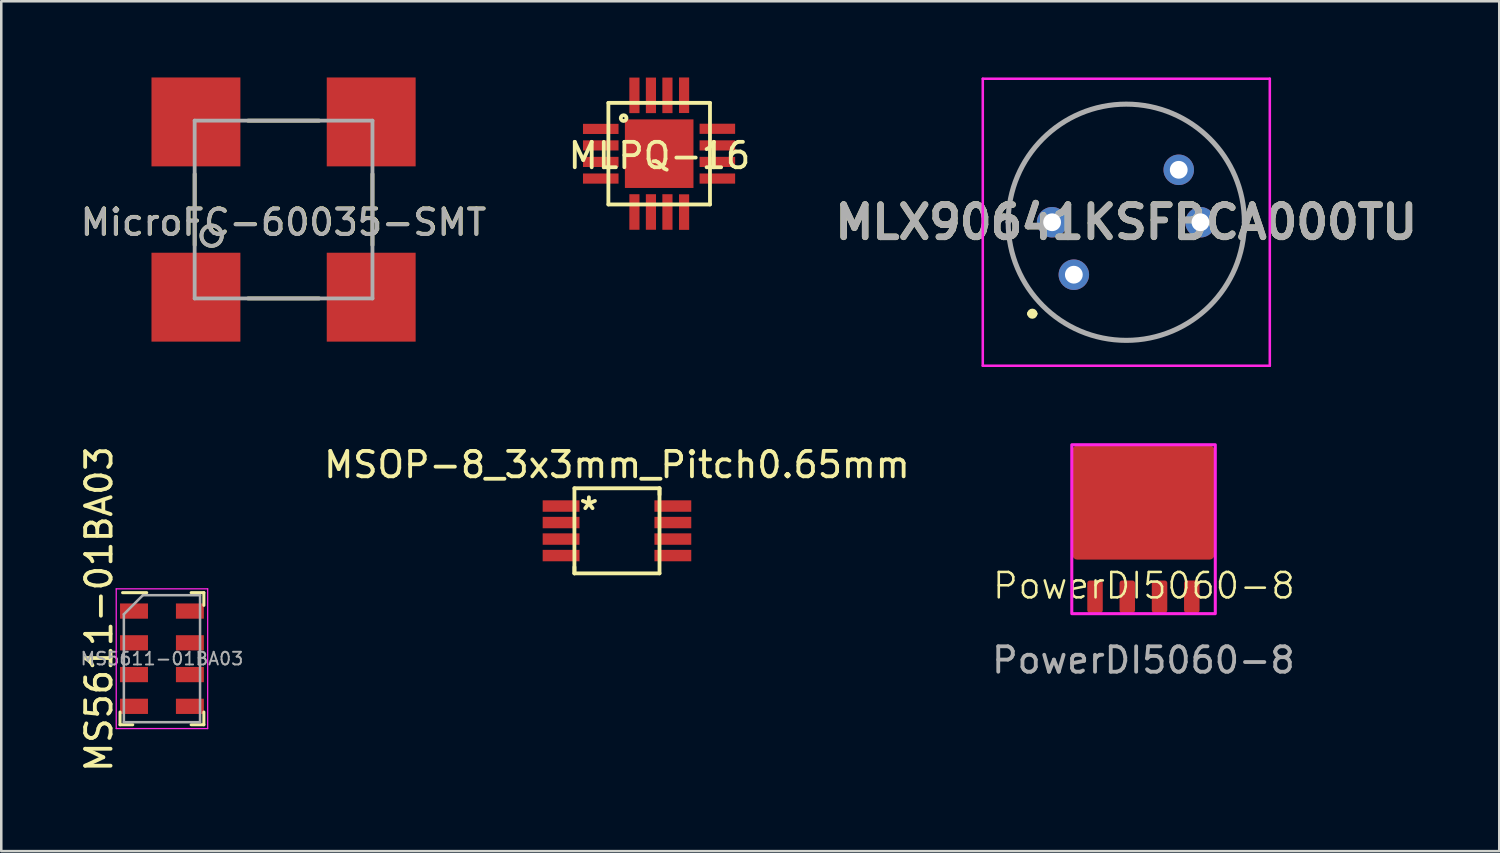
<source format=kicad_pcb>
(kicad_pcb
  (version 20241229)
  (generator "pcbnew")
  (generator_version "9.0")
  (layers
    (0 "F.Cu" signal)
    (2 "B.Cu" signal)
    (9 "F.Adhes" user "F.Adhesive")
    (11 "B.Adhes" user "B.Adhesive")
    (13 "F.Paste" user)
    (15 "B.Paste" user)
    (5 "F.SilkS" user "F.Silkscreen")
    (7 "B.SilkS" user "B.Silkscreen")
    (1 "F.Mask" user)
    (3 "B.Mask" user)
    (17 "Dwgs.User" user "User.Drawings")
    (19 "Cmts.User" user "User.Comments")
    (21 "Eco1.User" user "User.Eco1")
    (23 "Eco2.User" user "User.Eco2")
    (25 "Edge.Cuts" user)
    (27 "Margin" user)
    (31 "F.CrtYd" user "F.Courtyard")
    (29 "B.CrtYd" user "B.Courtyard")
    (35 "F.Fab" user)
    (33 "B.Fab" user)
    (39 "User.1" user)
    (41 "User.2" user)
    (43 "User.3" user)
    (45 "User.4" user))
  (footprint "MLX90641KSFBCA000TU"
    (layer "F.Cu")
    (at 39.227 7.765)
    (property "Reference" "MLX90641KSFBCA000TU" (at 2.065 -2.065 0) (layer "F.SilkS") (effects (font (size 1.27 1.27) (thickness 0.254))))
    (attr through_hole)
    (fp_line (start -2.585 -2.065) (end -2.585 -2.065) (stroke (width 0.1) (type solid)) (layer "F.SilkS"))
    (fp_line (start -1.735 1.535) (end -1.735 1.535) (stroke (width 0.2) (type solid)) (layer "F.SilkS"))
    (fp_line (start -1.535 1.535) (end -1.535 1.535) (stroke (width 0.2) (type solid)) (layer "F.SilkS"))
    (fp_line (start 6.715 -2.065) (end 6.715 -2.065) (stroke (width 0.1) (type solid)) (layer "F.SilkS"))
    (fp_arc (start -2.585 -2.065) (mid 2.065 -6.715) (end 6.715 -2.065) (stroke (width 0.1) (type solid)) (layer "F.SilkS"))
    (fp_arc (start -1.735 1.535) (mid -1.635 1.435) (end -1.535 1.535) (stroke (width 0.2) (type solid)) (layer "F.SilkS"))
    (fp_arc (start -1.535 1.535) (mid -1.635 1.635) (end -1.735 1.535) (stroke (width 0.2) (type solid)) (layer "F.SilkS"))
    (fp_arc (start 6.715 -2.065) (mid 2.065 2.585) (end -2.585 -2.065) (stroke (width 0.1) (type solid)) (layer "F.SilkS"))
    (fp_line (start -3.585 -7.715) (end 7.715 -7.715) (stroke (width 0.1) (type solid)) (layer "F.CrtYd"))
    (fp_line (start -3.585 3.585) (end -3.585 -7.715) (stroke (width 0.1) (type solid)) (layer "F.CrtYd"))
    (fp_line (start 7.715 -7.715) (end 7.715 3.585) (stroke (width 0.1) (type solid)) (layer "F.CrtYd"))
    (fp_line (start 7.715 3.585) (end -3.585 3.585) (stroke (width 0.1) (type solid)) (layer "F.CrtYd"))
    (fp_line (start -2.585 -2.065) (end -2.585 -2.065) (stroke (width 0.2) (type solid)) (layer "F.Fab"))
    (fp_line (start 6.715 -2.065) (end 6.715 -2.065) (stroke (width 0.2) (type solid)) (layer "F.Fab"))
    (fp_arc (start -2.585 -2.065) (mid 2.065 -6.715) (end 6.715 -2.065) (stroke (width 0.2) (type solid)) (layer "F.Fab"))
    (fp_arc (start 6.715 -2.065) (mid 2.065 2.585) (end -2.585 -2.065) (stroke (width 0.2) (type solid)) (layer "F.Fab"))
    (fp_text user "${REFERENCE}" (at 2.065 -2.065 0) (layer "F.Fab") (effects (font (size 1.27 1.27) (thickness 0.254))))
    (pad "1" thru_hole circle (at 0 0) (size 1.2 1.2) (drill 0.7) (layers "*.Cu" "*.Mask"))
    (pad "2" thru_hole circle (at -0.855 -2.065) (size 1.2 1.2) (drill 0.7) (layers "*.Cu" "*.Mask"))
    (pad "3" thru_hole circle (at 4.13 -4.13) (size 1.2 1.2) (drill 0.7) (layers "*.Cu" "*.Mask"))
    (pad "4" thru_hole circle (at 4.985 -2.065) (size 1.2 1.2) (drill 0.7) (layers "*.Cu" "*.Mask")))
  (footprint "PowerDI5060-8"
    (layer "F.Cu")
    (at 41.966 20.44)
    (property "Reference" "PowerDI5060-8" (at 0.02 -0.43 0) (unlocked yes) (layer "F.SilkS") (effects (font (size 1 1) (thickness 0.1))))
    (attr smd)
    (fp_rect (start -2.82 -5.98) (end 2.83 0.67) (stroke (width 0.12) (type default)) (fill no) (layer "F.CrtYd"))
    (fp_text user "${REFERENCE}" (at 0 2.5 0) (unlocked yes) (layer "F.Fab") (effects (font (size 1 1) (thickness 0.15))))
    (pad "1" smd roundrect (at -1.905 0) (size 0.61 1.27) (layers "F.Cu" "F.Mask" "F.Paste") (roundrect_rratio 0.164))
    (pad "1" smd roundrect (at -0.635 0) (size 0.61 1.27) (layers "F.Cu" "F.Mask" "F.Paste") (roundrect_rratio 0.164))
    (pad "1" smd roundrect (at 0.635 0) (size 0.61 1.27) (layers "F.Cu" "F.Mask" "F.Paste") (roundrect_rratio 0.164))
    (pad "2" smd roundrect (at 1.905 0) (size 0.61 1.27) (layers "F.Cu" "F.Mask" "F.Paste") (roundrect_rratio 0.164))
    (pad "3" smd roundrect (at 0 -3.708) (size 5.6 4.5) (property pad_prop_heatsink) (layers "F.Cu" "F.Mask" "F.Paste") (roundrect_rratio 0.044)))
  (footprint "MicroFC−60035−SMT"
    (layer "F.Cu")
    (at 8.114 5.2)
    (property "Reference" "MicroFC−60035−SMT" (at 0 0.5 0) (layer "F.SilkS") (effects (font (size 1 1) (thickness 0.15))))
    (attr through_hole)
    (fp_line (start -3.5 1.4) (end -3.5 -1.4) (stroke (width 0.15) (type solid)) (layer "F.SilkS"))
    (fp_line (start -1.4 -3.5) (end 1.4 -3.5) (stroke (width 0.15) (type solid)) (layer "F.SilkS"))
    (fp_line (start 1.4 3.5) (end -1.4 3.5) (stroke (width 0.15) (type solid)) (layer "F.SilkS"))
    (fp_line (start 3.5 -1.4) (end 3.5 1.4) (stroke (width 0.15) (type solid)) (layer "F.SilkS"))
    (fp_circle (center -2.832 1.029) (end -2.502 1.257) (stroke (width 0.15) (type solid)) (fill no) (layer "F.SilkS"))
    (fp_line (start -3.5 -3.5) (end 3.5 -3.5) (stroke (width 0.15) (type solid)) (layer "F.Fab"))
    (fp_line (start -3.5 3.5) (end -3.5 -3.5) (stroke (width 0.15) (type solid)) (layer "F.Fab"))
    (fp_line (start 3.5 -3.5) (end 3.5 3.5) (stroke (width 0.15) (type solid)) (layer "F.Fab"))
    (fp_line (start 3.5 3.5) (end -3.5 3.5) (stroke (width 0.15) (type solid)) (layer "F.Fab"))
    (fp_circle (center -2.832 1.029) (end -2.43 1.029) (stroke (width 0.15) (type solid)) (fill no) (layer "F.Fab"))
    (fp_text user "${REFERENCE}" (at -0.013 0.508 0) (layer "F.Fab") (effects (font (size 1 1) (thickness 0.15))))
    (pad "1" smd trapezoid (at -3.45 3.45) (size 3.5 3.5) (layers "F.Cu" "F.Mask" "F.Paste"))
    (pad "2" smd trapezoid (at 3.45 3.45 90) (size 3.5 3.5) (layers "F.Cu" "F.Mask" "F.Paste"))
    (pad "3" smd trapezoid (at 3.45 -3.45 180) (size 3.5 3.5) (layers "F.Cu" "F.Mask" "F.Paste"))
    (pad "4" smd trapezoid (at -3.45 -3.45 270) (size 3.5 3.5) (layers "F.Cu" "F.Mask" "F.Paste")))
  (footprint "MS5611-01BA03"
    (layer "F.Cu")
    (at 3.326 22.883)
    (property "Reference" "MS5611-01BA03" (at -2.478 -1.954 90) (layer "F.SilkS") (effects (font (size 1 1) (thickness 0.15))))
    (attr smd)
    (fp_line (start -1.65 2.6) (end -1.65 2.1) (stroke (width 0.12) (type solid)) (layer "F.SilkS"))
    (fp_line (start -1.55 -2.6) (end -0.6 -2.6) (stroke (width 0.12) (type solid)) (layer "F.SilkS"))
    (fp_line (start -1.15 2.6) (end -1.65 2.6) (stroke (width 0.12) (type solid)) (layer "F.SilkS"))
    (fp_line (start 1.15 -2.6) (end 1.65 -2.6) (stroke (width 0.12) (type solid)) (layer "F.SilkS"))
    (fp_line (start 1.65 -2.6) (end 1.65 -2.1) (stroke (width 0.12) (type solid)) (layer "F.SilkS"))
    (fp_line (start 1.65 2.1) (end 1.65 2.6) (stroke (width 0.12) (type solid)) (layer "F.SilkS"))
    (fp_line (start 1.65 2.6) (end 1.15 2.6) (stroke (width 0.12) (type solid)) (layer "F.SilkS"))
    (fp_line (start -1.8 -2.75) (end -1.8 2.75) (stroke (width 0.05) (type solid)) (layer "F.CrtYd"))
    (fp_line (start -1.8 -2.75) (end 1.8 -2.75) (stroke (width 0.05) (type solid)) (layer "F.CrtYd"))
    (fp_line (start 1.8 2.75) (end -1.8 2.75) (stroke (width 0.05) (type solid)) (layer "F.CrtYd"))
    (fp_line (start 1.8 2.75) (end 1.8 -2.75) (stroke (width 0.05) (type solid)) (layer "F.CrtYd"))
    (fp_line (start -1.5 -1.75) (end -0.75 -2.5) (stroke (width 0.1) (type solid)) (layer "F.Fab"))
    (fp_line (start -1.5 2.5) (end -1.5 -1.75) (stroke (width 0.1) (type solid)) (layer "F.Fab"))
    (fp_line (start -0.75 -2.5) (end 1.5 -2.5) (stroke (width 0.1) (type solid)) (layer "F.Fab"))
    (fp_line (start 1.5 -2.5) (end 1.5 2.5) (stroke (width 0.1) (type solid)) (layer "F.Fab"))
    (fp_line (start 1.5 2.5) (end -1.5 2.5) (stroke (width 0.1) (type solid)) (layer "F.Fab"))
    (fp_text user "${REFERENCE}" (at 0 0 180) (layer "F.Fab") (effects (font (size 0.5 0.5) (thickness 0.075))))
    (pad "1" smd rect (at -1.1 -1.875) (size 1.1 0.6) (layers "F.Cu" "F.Mask" "F.Paste"))
    (pad "2" smd rect (at -1.1 -0.625) (size 1.1 0.6) (layers "F.Cu" "F.Mask" "F.Paste"))
    (pad "3" smd rect (at -1.1 0.625) (size 1.1 0.6) (layers "F.Cu" "F.Mask" "F.Paste"))
    (pad "4" smd rect (at -1.1 1.875) (size 1.1 0.6) (layers "F.Cu" "F.Mask" "F.Paste"))
    (pad "5" smd rect (at 1.1 1.875) (size 1.1 0.6) (layers "F.Cu" "F.Mask" "F.Paste"))
    (pad "6" smd rect (at 1.1 0.625) (size 1.1 0.6) (layers "F.Cu" "F.Mask" "F.Paste"))
    (pad "7" smd rect (at 1.1 -0.625) (size 1.1 0.6) (layers "F.Cu" "F.Mask" "F.Paste"))
    (pad "8" smd rect (at 1.1 -1.875) (size 1.1 0.6) (layers "F.Cu" "F.Mask" "F.Paste")))
  (footprint "MSOP-8_3x3mm_Pitch0.65mm"
    (layer "F.Cu")
    (at 21.24 17.848)
    (property "Reference" "MSOP-8_3x3mm_Pitch0.65mm" (at 0 -2.6 0) (layer "F.SilkS") (effects (font (size 1 1) (thickness 0.15))))
    (attr smd)
    (fp_line (start -1.675 -1.675) (end -1.675 1.675) (stroke (width 0.15) (type solid)) (layer "F.SilkS"))
    (fp_line (start -1.675 -1.675) (end 1.675 -1.675) (stroke (width 0.15) (type solid)) (layer "F.SilkS"))
    (fp_line (start -1.675 1.675) (end -1.675 1.425) (stroke (width 0.15) (type solid)) (layer "F.SilkS"))
    (fp_line (start -1.675 1.675) (end 1.675 1.675) (stroke (width 0.15) (type solid)) (layer "F.SilkS"))
    (fp_line (start 1.675 -1.675) (end 1.675 -1.425) (stroke (width 0.15) (type solid)) (layer "F.SilkS"))
    (fp_line (start 1.675 1.675) (end 1.675 -1.675) (stroke (width 0.15) (type solid)) (layer "F.SilkS"))
    (fp_text user "*" (at -1.105 -0.775 0) (layer "F.SilkS") (effects (font (size 1 1) (thickness 0.15))))
    (pad "1" smd rect (at -2.2 -0.975) (size 1.45 0.45) (layers "F.Cu" "F.Mask" "F.Paste"))
    (pad "2" smd rect (at -2.2 -0.325) (size 1.45 0.45) (layers "F.Cu" "F.Mask" "F.Paste"))
    (pad "3" smd rect (at -2.2 0.325) (size 1.45 0.45) (layers "F.Cu" "F.Mask" "F.Paste"))
    (pad "4" smd rect (at -2.2 0.975) (size 1.45 0.45) (layers "F.Cu" "F.Mask" "F.Paste"))
    (pad "5" smd rect (at 2.2 0.975) (size 1.45 0.45) (layers "F.Cu" "F.Mask" "F.Paste"))
    (pad "6" smd rect (at 2.2 0.325) (size 1.45 0.45) (layers "F.Cu" "F.Mask" "F.Paste"))
    (pad "7" smd rect (at 2.2 -0.325) (size 1.45 0.45) (layers "F.Cu" "F.Mask" "F.Paste"))
    (pad "8" smd rect (at 2.2 -0.975) (size 1.45 0.45) (layers "F.Cu" "F.Mask" "F.Paste")))
  (footprint "MLPQ-16"
    (layer "F.Cu")
    (at 22.902 3)
    (property "Reference" "MLPQ-16" (at 0.01 0.08 0) (layer "F.SilkS") (effects (font (size 1 1) (thickness 0.15))))
    (attr smd)
    (fp_line (start -2 -2) (end 2 -2) (stroke (width 0.15) (type solid)) (layer "F.SilkS"))
    (fp_line (start -2 2) (end -2 -2) (stroke (width 0.15) (type solid)) (layer "F.SilkS"))
    (fp_line (start 2 -2) (end 2 2) (stroke (width 0.15) (type solid)) (layer "F.SilkS"))
    (fp_line (start 2 2) (end -2 2) (stroke (width 0.15) (type solid)) (layer "F.SilkS"))
    (fp_circle (center -1.4 -1.4) (end -1.32 -1.32) (stroke (width 0.15) (type solid)) (fill no) (layer "F.SilkS"))
    (pad "1" smd rect (at -2.75 -0.975) (size 1.4 0.4) (drill (offset 0.45 0)) (layers "F.Cu" "F.Mask" "F.Paste"))
    (pad "2" smd rect (at -2.75 -0.325) (size 1.4 0.4) (drill (offset 0.45 0)) (layers "F.Cu" "F.Mask" "F.Paste"))
    (pad "3" smd rect (at -2.75 0.325) (size 1.4 0.4) (drill (offset 0.45 0)) (layers "F.Cu" "F.Mask" "F.Paste"))
    (pad "4" smd rect (at -2.75 0.98) (size 1.4 0.4) (drill (offset 0.45 0)) (layers "F.Cu" "F.Mask" "F.Paste"))
    (pad "5" smd rect (at -0.975 2.746 90) (size 1.4 0.4) (drill (offset 0.45 0)) (layers "F.Cu" "F.Mask" "F.Paste"))
    (pad "6" smd rect (at -0.325 2.746 90) (size 1.4 0.4) (drill (offset 0.45 0)) (layers "F.Cu" "F.Mask" "F.Paste"))
    (pad "7" smd rect (at 0.325 2.746 90) (size 1.4 0.4) (drill (offset 0.45 0)) (layers "F.Cu" "F.Mask" "F.Paste"))
    (pad "8" smd rect (at 0.98 2.75 90) (size 1.4 0.4) (drill (offset 0.45 0)) (layers "F.Cu" "F.Mask" "F.Paste"))
    (pad "9" smd rect (at 2.74 0.98 180) (size 1.4 0.4) (drill (offset 0.45 0)) (layers "F.Cu" "F.Mask" "F.Paste"))
    (pad "10" smd rect (at 2.74 0.325 180) (size 1.4 0.4) (drill (offset 0.45 0)) (layers "F.Cu" "F.Mask" "F.Paste"))
    (pad "11" smd rect (at 2.74 -0.325 180) (size 1.4 0.4) (drill (offset 0.45 0)) (layers "F.Cu" "F.Mask" "F.Paste"))
    (pad "12" smd rect (at 2.74 -0.98 180) (size 1.4 0.4) (drill (offset 0.45 0)) (layers "F.Cu" "F.Mask" "F.Paste"))
    (pad "13" smd rect (at 0.98 -2.75 270) (size 1.4 0.4) (drill (offset 0.45 0)) (layers "F.Cu" "F.Mask" "F.Paste"))
    (pad "14" smd rect (at 0.325 -2.746 270) (size 1.4 0.4) (drill (offset 0.45 0)) (layers "F.Cu" "F.Mask" "F.Paste"))
    (pad "15" smd rect (at -0.325 -2.746 270) (size 1.4 0.4) (drill (offset 0.45 0)) (layers "F.Cu" "F.Mask" "F.Paste"))
    (pad "16" smd rect (at -0.975 -2.746 270) (size 1.4 0.4) (drill (offset 0.45 0)) (layers "F.Cu" "F.Mask" "F.Paste"))
    (pad "17" smd rect (at 0 0) (size 2.7 2.7) (layers "F.Cu" "F.Mask" "F.Paste")))
  (gr_rect
    (start -3 -3)
    (end 55.976 30.46)
    (stroke (width 0.1) (type default))
    (fill no)
    (layer "Edge.Cuts")))
</source>
